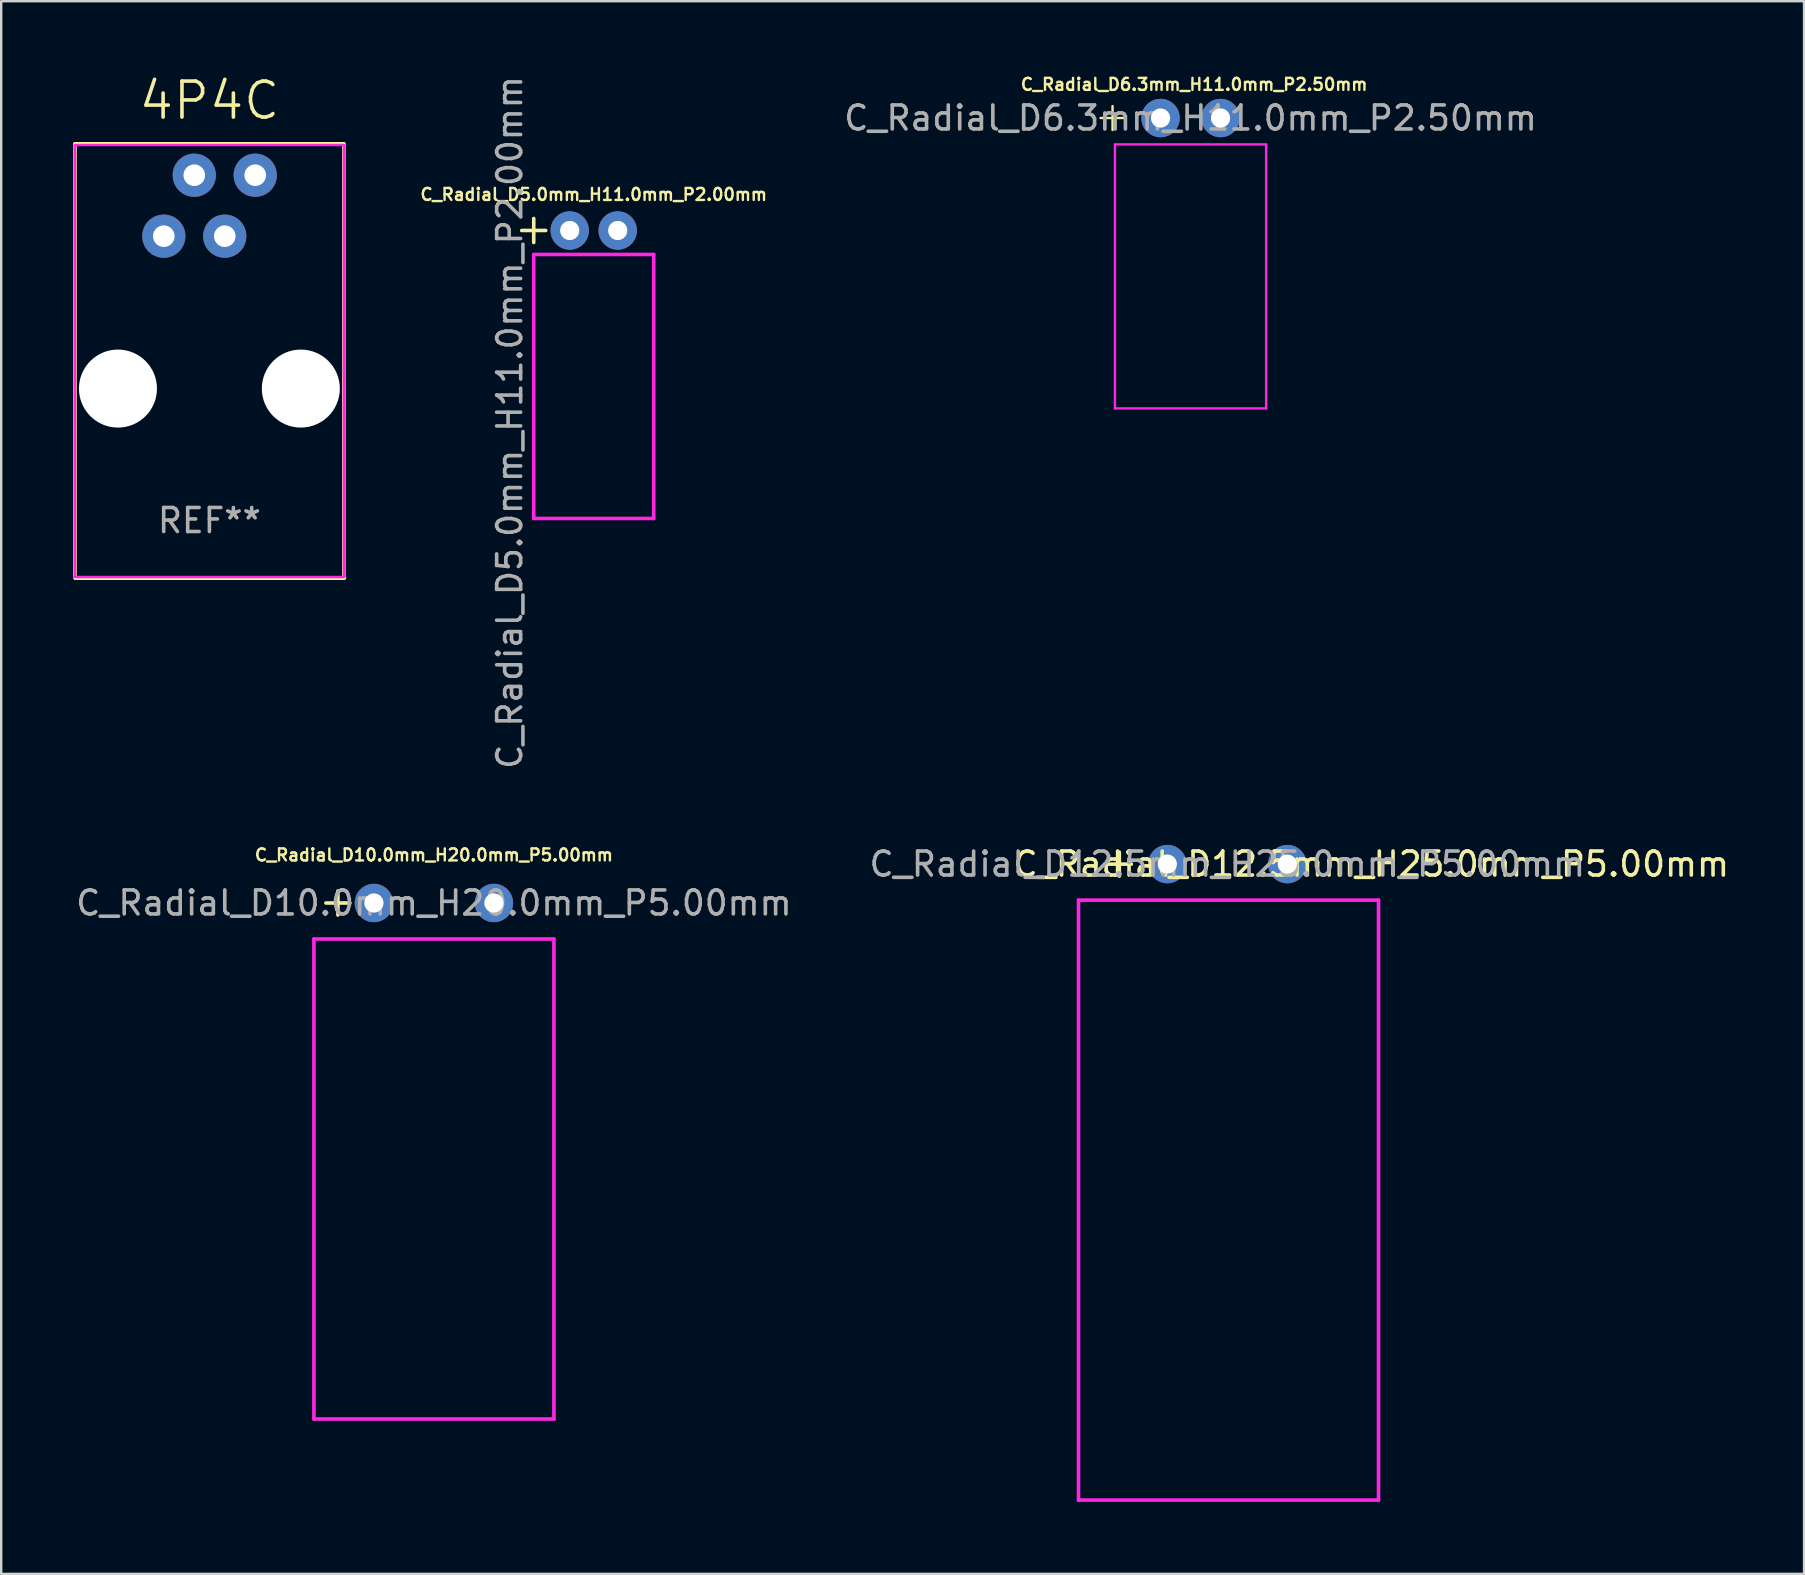
<source format=kicad_pcb>
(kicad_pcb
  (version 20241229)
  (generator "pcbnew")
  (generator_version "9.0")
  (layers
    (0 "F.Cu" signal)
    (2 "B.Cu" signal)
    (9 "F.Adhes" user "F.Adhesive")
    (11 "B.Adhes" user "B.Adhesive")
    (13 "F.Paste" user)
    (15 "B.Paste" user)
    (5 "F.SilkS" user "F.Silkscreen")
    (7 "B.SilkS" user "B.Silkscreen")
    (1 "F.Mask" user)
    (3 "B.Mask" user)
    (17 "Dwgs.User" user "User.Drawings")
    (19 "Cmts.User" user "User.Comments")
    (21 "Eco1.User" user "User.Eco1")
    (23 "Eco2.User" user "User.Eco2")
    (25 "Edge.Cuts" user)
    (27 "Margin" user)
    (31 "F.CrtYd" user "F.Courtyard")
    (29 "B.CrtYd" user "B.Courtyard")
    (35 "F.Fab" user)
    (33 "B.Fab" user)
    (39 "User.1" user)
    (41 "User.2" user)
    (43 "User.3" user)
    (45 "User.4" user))
  (footprint "C_Radial_D12.5mm_H25.0mm_P5.00mm"
    (layer "F.Cu")
    (at 45.589 32.955)
    (property "Reference" "C_Radial_D12.5mm_H25.0mm_P5.00mm" (at 8.5 0 0) (layer "F.SilkS") (effects (font (size 1 1) (thickness 0.15))))
    (attr through_hole)
    (fp_line (start -2 0.5) (end -2 -0.5) (stroke (width 0.15) (type solid)) (layer "F.SilkS"))
    (fp_line (start -1.5 0) (end -2.5 0) (stroke (width 0.15) (type solid)) (layer "F.SilkS"))
    (fp_line (start -3.7 1.5) (end 8.8 1.5) (stroke (width 0.15) (type solid)) (layer "F.CrtYd"))
    (fp_line (start -3.7 26.5) (end -3.7 1.5) (stroke (width 0.15) (type solid)) (layer "F.CrtYd"))
    (fp_line (start 8.8 1.5) (end 8.8 26.5) (stroke (width 0.15) (type solid)) (layer "F.CrtYd"))
    (fp_line (start 8.8 26.5) (end -3.7 26.5) (stroke (width 0.15) (type solid)) (layer "F.CrtYd"))
    (fp_text user "${REFERENCE}" (at 2.5 0 0) (layer "F.Fab") (effects (font (size 1 1) (thickness 0.15))))
    (pad "1" thru_hole circle (at 0 0) (size 1.6 1.6) (drill 0.8) (layers "*.Cu" "*.Mask"))
    (pad "2" thru_hole circle (at 5 0) (size 1.6 1.6) (drill 0.8) (layers "*.Cu" "*.Mask")))
  (footprint "C_Radial_D6.3mm_H11.0mm_P2.50mm"
    (layer "F.Cu")
    (at 45.307 1.868)
    (property "Reference" "C_Radial_D6.3mm_H11.0mm_P2.50mm" (at 1.4 -1.4 180) (layer "F.SilkS") (effects (font (size 0.5 0.5) (thickness 0.1))))
    (attr through_hole)
    (fp_line (start -2 0.5) (end -2 -0.5) (stroke (width 0.1) (type solid)) (layer "F.SilkS"))
    (fp_line (start -1.5 0) (end -2.5 0) (stroke (width 0.1) (type solid)) (layer "F.SilkS"))
    (fp_line (start -1.9 1.1) (end 4.4 1.1) (stroke (width 0.1) (type solid)) (layer "F.CrtYd"))
    (fp_line (start -1.9 12.1) (end -1.9 1.1) (stroke (width 0.1) (type solid)) (layer "F.CrtYd"))
    (fp_line (start 4.4 1.1) (end 4.4 12.1) (stroke (width 0.1) (type solid)) (layer "F.CrtYd"))
    (fp_line (start 4.4 12.1) (end -1.9 12.1) (stroke (width 0.1) (type solid)) (layer "F.CrtYd"))
    (fp_text user "${REFERENCE}" (at 1.25 0 0) (layer "F.Fab") (effects (font (size 1 1) (thickness 0.15))))
    (pad "1" thru_hole circle (at 0 0) (size 1.6 1.6) (drill 0.8) (layers "*.Cu" "*.Mask"))
    (pad "2" thru_hole circle (at 2.5 0) (size 1.6 1.6) (drill 0.8) (layers "*.Cu" "*.Mask")))
  (footprint "C_Radial_D10.0mm_H20.0mm_P5.00mm"
    (layer "F.Cu")
    (at 12.53 34.575)
    (property "Reference" "C_Radial_D10.0mm_H20.0mm_P5.00mm" (at 2.5 -2 0) (layer "F.SilkS") (effects (font (size 0.5 0.5) (thickness 0.1))))
    (attr through_hole)
    (fp_line (start -2 0) (end -1 0) (stroke (width 0.15) (type solid)) (layer "F.SilkS"))
    (fp_line (start -1.5 0.5) (end -1.5 -0.5) (stroke (width 0.15) (type solid)) (layer "F.SilkS"))
    (fp_line (start -2.5 1.5) (end 7.5 1.5) (stroke (width 0.15) (type solid)) (layer "F.CrtYd"))
    (fp_line (start -2.5 21.5) (end -2.5 1.5) (stroke (width 0.15) (type solid)) (layer "F.CrtYd"))
    (fp_line (start 7.5 1.5) (end 7.5 21.5) (stroke (width 0.15) (type solid)) (layer "F.CrtYd"))
    (fp_line (start 7.5 21.5) (end -2.5 21.5) (stroke (width 0.15) (type solid)) (layer "F.CrtYd"))
    (fp_text user "${REFERENCE}" (at 2.5 0 0) (layer "F.Fab") (effects (font (size 1 1) (thickness 0.15))))
    (pad "1" thru_hole circle (at 0 0) (size 1.6 1.6) (drill 0.8) (layers "*.Cu" "*.Mask"))
    (pad "2" thru_hole circle (at 5 0) (size 1.6 1.6) (drill 0.8) (layers "*.Cu" "*.Mask")))
  (footprint "C_Radial_D5.0mm_H11.0mm_P2.00mm"
    (layer "F.Cu")
    (at 20.689 6.554)
    (property "Reference" "C_Radial_D5.0mm_H11.0mm_P2.00mm" (at 1 -1.5 0) (layer "F.SilkS") (effects (font (size 0.5 0.5) (thickness 0.1))))
    (attr through_hole)
    (fp_line (start -2 0) (end -1 0) (stroke (width 0.15) (type solid)) (layer "F.SilkS"))
    (fp_line (start -1.5 0.5) (end -1.5 -0.5) (stroke (width 0.15) (type solid)) (layer "F.SilkS"))
    (fp_line (start -1.5 1) (end 3.5 1) (stroke (width 0.15) (type solid)) (layer "F.CrtYd"))
    (fp_line (start -1.5 12) (end -1.5 1) (stroke (width 0.15) (type solid)) (layer "F.CrtYd"))
    (fp_line (start 3.5 1) (end 3.5 12) (stroke (width 0.15) (type solid)) (layer "F.CrtYd"))
    (fp_line (start 3.5 12) (end -1.5 12) (stroke (width 0.15) (type solid)) (layer "F.CrtYd"))
    (fp_text user "${REFERENCE}" (at -2.5 8 90) (layer "F.Fab") (effects (font (size 1 1) (thickness 0.15))))
    (pad "1" thru_hole circle (at 0 0) (size 1.6 1.6) (drill 0.8) (layers "*.Cu" "*.Mask"))
    (pad "2" thru_hole circle (at 2 0) (size 1.6 1.6) (drill 0.8) (layers "*.Cu" "*.Mask")))
  (footprint "4P4C"
    (layer "F.Cu")
    (at 5.675 13.141)
    (property "Reference" "4P4C" (at 0 -12 0) (layer "F.SilkS") (effects (font (size 1.5 1.5) (thickness 0.15))))
    (attr through_hole)
    (fp_line (start -5.6 -10.2) (end -5.6 7.8) (stroke (width 0.15) (type solid)) (layer "F.SilkS"))
    (fp_line (start -5.6 7.9) (end 5.625 7.9) (stroke (width 0.15) (type solid)) (layer "F.SilkS"))
    (fp_line (start 5.6 -10.2) (end -5.6 -10.2) (stroke (width 0.15) (type solid)) (layer "F.SilkS"))
    (fp_line (start 5.6 7.8) (end 5.6 -10.2) (stroke (width 0.15) (type solid)) (layer "F.SilkS"))
    (fp_line (start -5.6 -10.15) (end -5.6 7.85) (stroke (width 0.1) (type solid)) (layer "F.CrtYd"))
    (fp_line (start -5.59 7.85) (end 5.61 7.85) (stroke (width 0.1) (type solid)) (layer "F.CrtYd"))
    (fp_line (start 5.6 -10.15) (end -5.6 -10.15) (stroke (width 0.1) (type solid)) (layer "F.CrtYd"))
    (fp_line (start 5.6 7.85) (end 5.6 -10.15) (stroke (width 0.1) (type solid)) (layer "F.CrtYd"))
    (fp_text user "REF**" (at 0 5.5 0) (layer "F.Fab") (effects (font (size 1 1) (thickness 0.15))))
    (pad "" np_thru_hole circle (at -3.81 0) (size 3.25 3.25) (drill 3.25) (layers "*.Cu" "*.Mask"))
    (pad "" np_thru_hole circle (at 3.81 0) (size 3.25 3.25) (drill 3.25) (layers "*.Cu" "*.Mask"))
    (pad "1" thru_hole circle (at -1.9 -6.35) (size 1.8 1.8) (drill 0.9) (layers "*.Cu" "*.Mask"))
    (pad "2" thru_hole circle (at -0.63 -8.89) (size 1.8 1.8) (drill 0.9) (layers "*.Cu" "*.Mask"))
    (pad "3" thru_hole circle (at 0.64 -6.35) (size 1.8 1.8) (drill 0.9) (layers "*.Cu" "*.Mask"))
    (pad "4" thru_hole circle (at 1.91 -8.89) (size 1.8 1.8) (drill 0.9) (layers "*.Cu" "*.Mask")))
  (gr_rect
    (start -3 -3)
    (end 72.119 62.53)
    (stroke (width 0.1) (type default))
    (fill no)
    (layer "Edge.Cuts")))
</source>
